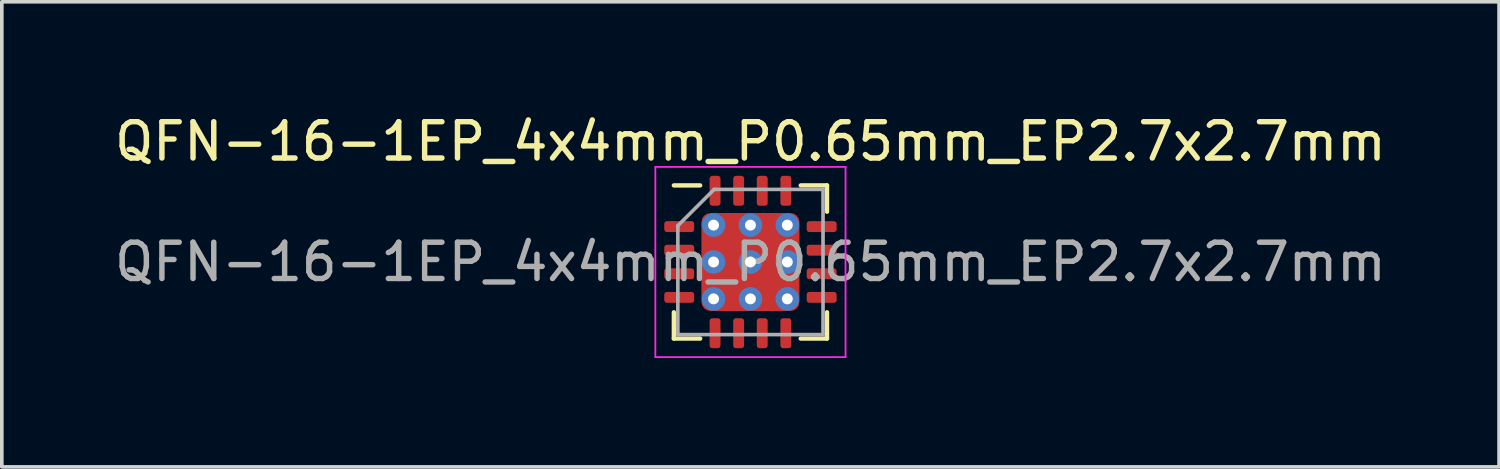
<source format=kicad_pcb>
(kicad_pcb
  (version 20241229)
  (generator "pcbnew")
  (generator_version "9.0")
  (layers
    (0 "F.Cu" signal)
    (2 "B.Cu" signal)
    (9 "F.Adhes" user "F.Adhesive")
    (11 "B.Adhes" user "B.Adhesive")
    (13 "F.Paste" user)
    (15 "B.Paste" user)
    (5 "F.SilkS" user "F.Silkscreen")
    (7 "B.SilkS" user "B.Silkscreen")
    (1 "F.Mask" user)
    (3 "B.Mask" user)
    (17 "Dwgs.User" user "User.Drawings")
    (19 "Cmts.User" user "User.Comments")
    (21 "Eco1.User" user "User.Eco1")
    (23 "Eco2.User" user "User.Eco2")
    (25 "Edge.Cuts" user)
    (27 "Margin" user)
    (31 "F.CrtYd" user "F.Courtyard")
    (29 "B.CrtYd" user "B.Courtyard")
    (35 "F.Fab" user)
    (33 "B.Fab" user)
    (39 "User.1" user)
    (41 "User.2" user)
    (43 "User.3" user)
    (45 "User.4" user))
  (footprint "QFN-16-1EP_4x4mm_P0.65mm_EP2.7x2.7mm"
    (layer "F.Cu")
    (at 17.625 4.168)
    (property "Reference" "QFN-16-1EP_4x4mm_P0.65mm_EP2.7x2.7mm" (at 0 -3.32 0) (layer "F.SilkS") (effects (font (size 1 1) (thickness 0.15))))
    (attr smd)
    (fp_line (start -2.11 2.11) (end -2.11 1.385) (stroke (width 0.12) (type solid)) (layer "F.SilkS"))
    (fp_line (start -1.385 -2.11) (end -2.11 -2.11) (stroke (width 0.12) (type solid)) (layer "F.SilkS"))
    (fp_line (start -1.385 2.11) (end -2.11 2.11) (stroke (width 0.12) (type solid)) (layer "F.SilkS"))
    (fp_line (start 1.385 -2.11) (end 2.11 -2.11) (stroke (width 0.12) (type solid)) (layer "F.SilkS"))
    (fp_line (start 1.385 2.11) (end 2.11 2.11) (stroke (width 0.12) (type solid)) (layer "F.SilkS"))
    (fp_line (start 2.11 -2.11) (end 2.11 -1.385) (stroke (width 0.12) (type solid)) (layer "F.SilkS"))
    (fp_line (start 2.11 2.11) (end 2.11 1.385) (stroke (width 0.12) (type solid)) (layer "F.SilkS"))
    (fp_line (start -2.62 -2.62) (end -2.62 2.62) (stroke (width 0.05) (type solid)) (layer "F.CrtYd"))
    (fp_line (start -2.62 2.62) (end 2.62 2.62) (stroke (width 0.05) (type solid)) (layer "F.CrtYd"))
    (fp_line (start 2.62 -2.62) (end -2.62 -2.62) (stroke (width 0.05) (type solid)) (layer "F.CrtYd"))
    (fp_line (start 2.62 2.62) (end 2.62 -2.62) (stroke (width 0.05) (type solid)) (layer "F.CrtYd"))
    (fp_line (start -2 -1) (end -1 -2) (stroke (width 0.1) (type solid)) (layer "F.Fab"))
    (fp_line (start -2 2) (end -2 -1) (stroke (width 0.1) (type solid)) (layer "F.Fab"))
    (fp_line (start -1 -2) (end 2 -2) (stroke (width 0.1) (type solid)) (layer "F.Fab"))
    (fp_line (start 2 -2) (end 2 2) (stroke (width 0.1) (type solid)) (layer "F.Fab"))
    (fp_line (start 2 2) (end -2 2) (stroke (width 0.1) (type solid)) (layer "F.Fab"))
    (fp_text user "${REFERENCE}" (at 0 0 0) (layer "F.Fab") (effects (font (size 1 1) (thickness 0.15))))
    (pad "" smd roundrect (at -0.675 -0.675) (size 1.09 1.09) (layers "F.Paste") (roundrect_rratio 0.229))
    (pad "" smd roundrect (at -0.675 0.675) (size 1.09 1.09) (layers "F.Paste") (roundrect_rratio 0.229))
    (pad "" smd roundrect (at 0.675 -0.675) (size 1.09 1.09) (layers "F.Paste") (roundrect_rratio 0.229))
    (pad "" smd roundrect (at 0.675 0.675) (size 1.09 1.09) (layers "F.Paste") (roundrect_rratio 0.229))
    (pad "1" smd roundrect (at -1.962 -0.975) (size 0.825 0.3) (layers "F.Cu" "F.Mask" "F.Paste") (roundrect_rratio 0.25))
    (pad "2" smd roundrect (at -1.962 -0.325) (size 0.825 0.3) (layers "F.Cu" "F.Mask" "F.Paste") (roundrect_rratio 0.25))
    (pad "2" thru_hole circle (at -1.016 -1.016) (size 0.65 0.65) (drill 0.3) (layers "*.Cu" "*.Mask"))
    (pad "2" thru_hole circle (at -1.016 0) (size 0.65 0.65) (drill 0.3) (layers "*.Cu" "*.Mask"))
    (pad "2" thru_hole circle (at -1.016 1.016) (size 0.65 0.65) (drill 0.3) (layers "*.Cu" "*.Mask"))
    (pad "2" thru_hole circle (at 0 -1.016) (size 0.65 0.65) (drill 0.3) (layers "*.Cu" "*.Mask"))
    (pad "2" thru_hole circle (at 0 0) (size 0.65 0.65) (drill 0.3) (layers "*.Cu" "*.Mask"))
    (pad "2" smd roundrect (at 0 0) (size 2.7 2.7) (layers "F.Cu" "F.Mask") (roundrect_rratio 0.093))
    (pad "2" thru_hole circle (at 0 1.016) (size 0.65 0.65) (drill 0.3) (layers "*.Cu" "*.Mask"))
    (pad "2" thru_hole circle (at 1.016 -1.016) (size 0.65 0.65) (drill 0.3) (layers "*.Cu" "*.Mask"))
    (pad "2" thru_hole circle (at 1.016 0) (size 0.65 0.65) (drill 0.3) (layers "*.Cu" "*.Mask"))
    (pad "2" thru_hole circle (at 1.016 1.016) (size 0.65 0.65) (drill 0.3) (layers "*.Cu" "*.Mask"))
    (pad "3" smd roundrect (at -1.962 0.325) (size 0.825 0.3) (layers "F.Cu" "F.Mask" "F.Paste") (roundrect_rratio 0.25))
    (pad "4" smd roundrect (at -1.962 0.975) (size 0.825 0.3) (layers "F.Cu" "F.Mask" "F.Paste") (roundrect_rratio 0.25))
    (pad "5" smd roundrect (at -0.975 1.962) (size 0.3 0.825) (layers "F.Cu" "F.Mask" "F.Paste") (roundrect_rratio 0.25))
    (pad "6" smd roundrect (at -0.325 1.962) (size 0.3 0.825) (layers "F.Cu" "F.Mask" "F.Paste") (roundrect_rratio 0.25))
    (pad "7" smd roundrect (at 0.325 1.962) (size 0.3 0.825) (layers "F.Cu" "F.Mask" "F.Paste") (roundrect_rratio 0.25))
    (pad "8" smd roundrect (at 0.975 1.962) (size 0.3 0.825) (layers "F.Cu" "F.Mask" "F.Paste") (roundrect_rratio 0.25))
    (pad "9" smd roundrect (at 1.962 0.975) (size 0.825 0.3) (layers "F.Cu" "F.Mask" "F.Paste") (roundrect_rratio 0.25))
    (pad "10" smd roundrect (at 1.962 0.325) (size 0.825 0.3) (layers "F.Cu" "F.Mask" "F.Paste") (roundrect_rratio 0.25))
    (pad "11" smd roundrect (at 1.962 -0.325) (size 0.825 0.3) (layers "F.Cu" "F.Mask" "F.Paste") (roundrect_rratio 0.25))
    (pad "12" smd roundrect (at 1.962 -0.975) (size 0.825 0.3) (layers "F.Cu" "F.Mask" "F.Paste") (roundrect_rratio 0.25))
    (pad "13" smd roundrect (at 0.975 -1.962) (size 0.3 0.825) (layers "F.Cu" "F.Mask" "F.Paste") (roundrect_rratio 0.25))
    (pad "14" smd roundrect (at 0.325 -1.962) (size 0.3 0.825) (layers "F.Cu" "F.Mask" "F.Paste") (roundrect_rratio 0.25))
    (pad "15" smd roundrect (at -0.325 -1.962) (size 0.3 0.825) (layers "F.Cu" "F.Mask" "F.Paste") (roundrect_rratio 0.25))
    (pad "16" smd roundrect (at -0.975 -1.962) (size 0.3 0.825) (layers "F.Cu" "F.Mask" "F.Paste") (roundrect_rratio 0.25)))
  (gr_rect
    (start -3 -3)
    (end 38.25 9.813)
    (stroke (width 0.1) (type default))
    (fill no)
    (layer "Edge.Cuts")))
</source>
